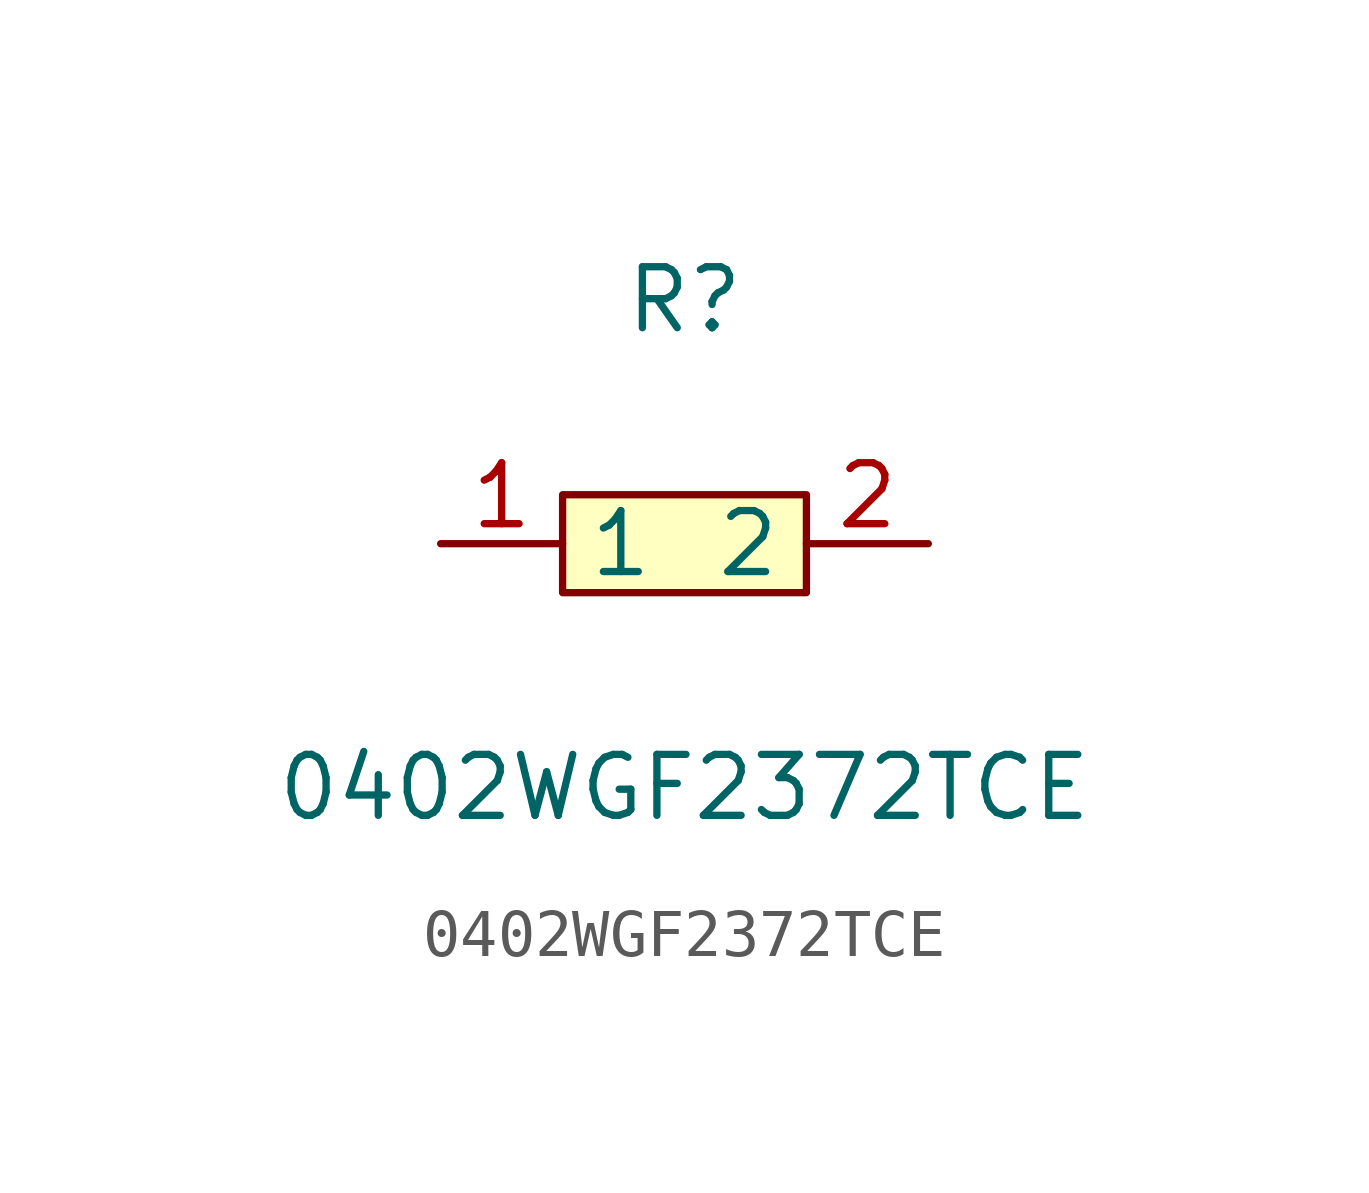
<source format=kicad_sym>
(kicad_symbol_lib
  (version 1)
  (generator "faebryk")
  (symbol "0402WGF2372TCE"
    (property "Reference" "R"
      (at 0 5.08 0)
      (effects (font (size 1.27 1.27)) (hide no)))
    (property "Value" "0402WGF2372TCE"
      (at 0 -5.08 0)
      (effects (font (size 1.27 1.27)) (hide no)))
    (symbol "0402WGF2372TCE_0_1"
      (rectangle (start -2.54 1.02) (end 2.54 -1.02) (stroke (width 0) (type default) (color 0 0 0 0)) (fill (type background)))
      (pin input line (at 5.08 0 180) (length 2.54) (name "2" (effects (font (size 1.27 1.27)) (hide no))) (number "2" (effects (font (size 1.27 1.27)) (hide no))))
      (pin input line (at -5.08 0 0) (length 2.54) (name "1" (effects (font (size 1.27 1.27)) (hide no))) (number "1" (effects (font (size 1.27 1.27)) (hide no)))))))
</source>
